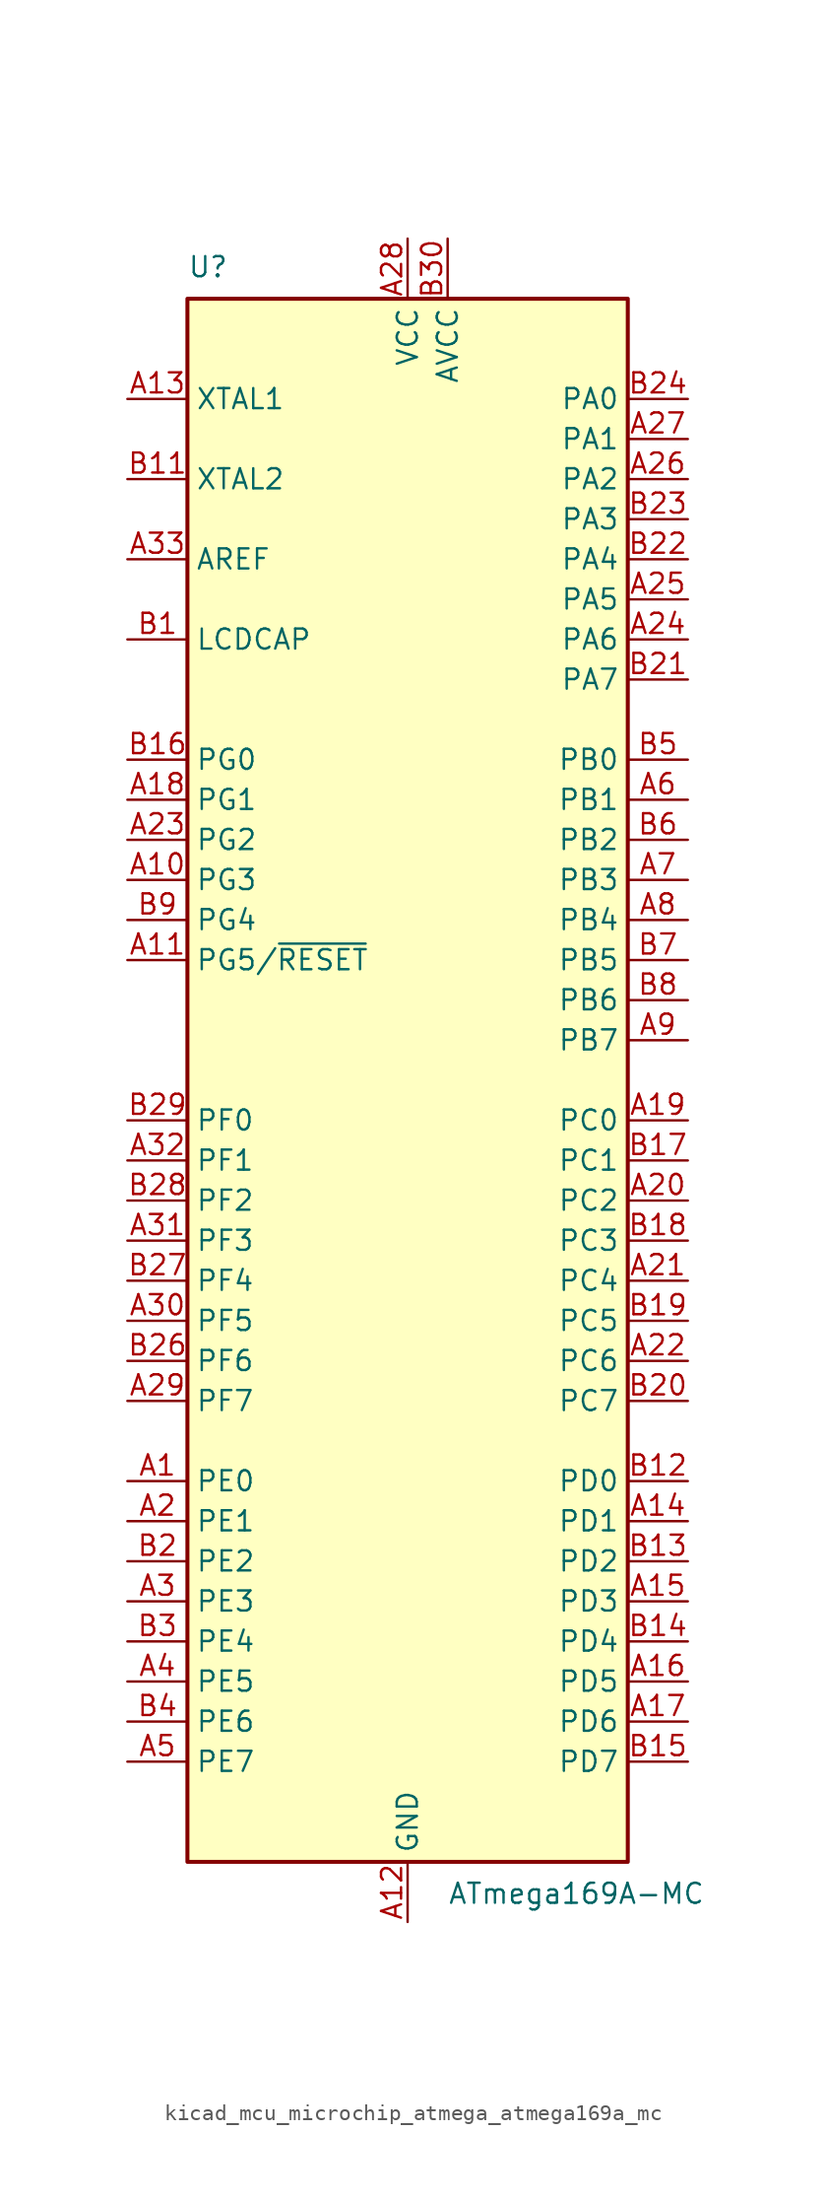
<source format=kicad_sym>
(kicad_symbol_lib
  (version 20220914)
  (generator kicad_symbol_editor)
  (symbol "kicad_mcu_microchip_atmega_atmega169a_mc"
    (property "Reference" "U"
      (at -13.97 50.8 0)
      (effects (font (size 1.27 1.27)) (justify left bottom)))
    (property "Value" "ATmega169A-MC"
      (at 2.54 -50.8 0)
      (effects (font (size 1.27 1.27)) (justify left top)))
    (symbol "kicad_mcu_microchip_atmega_atmega169a_mc_0_1"
      (rectangle (start -13.97 -49.53) (end 13.97 49.53) (stroke (width 0.254) (type default)) (fill (type background))))
    (symbol "kicad_mcu_microchip_atmega_atmega169a_mc_1_1"
      (pin bidirectional line (at -17.78 -25.4 0) (length 3.81) (name "PE0" (effects (font (size 1.27 1.27)))) (number "A1" (effects (font (size 1.27 1.27)))))
      (pin bidirectional line (at -17.78 12.7 0) (length 3.81) (name "PG3" (effects (font (size 1.27 1.27)))) (number "A10" (effects (font (size 1.27 1.27)))))
      (pin bidirectional line (at -17.78 7.62 0) (length 3.81) (name "PG5/~{RESET}" (effects (font (size 1.27 1.27)))) (number "A11" (effects (font (size 1.27 1.27)))))
      (pin power_in line (at 0 -53.34 90) (length 3.81) (name "GND" (effects (font (size 1.27 1.27)))) (number "A12" (effects (font (size 1.27 1.27)))))
      (pin input line (at -17.78 43.18 0) (length 3.81) (name "XTAL1" (effects (font (size 1.27 1.27)))) (number "A13" (effects (font (size 1.27 1.27)))))
      (pin bidirectional line (at 17.78 -27.94 180) (length 3.81) (name "PD1" (effects (font (size 1.27 1.27)))) (number "A14" (effects (font (size 1.27 1.27)))))
      (pin bidirectional line (at 17.78 -33.02 180) (length 3.81) (name "PD3" (effects (font (size 1.27 1.27)))) (number "A15" (effects (font (size 1.27 1.27)))))
      (pin bidirectional line (at 17.78 -38.1 180) (length 3.81) (name "PD5" (effects (font (size 1.27 1.27)))) (number "A16" (effects (font (size 1.27 1.27)))))
      (pin bidirectional line (at 17.78 -40.64 180) (length 3.81) (name "PD6" (effects (font (size 1.27 1.27)))) (number "A17" (effects (font (size 1.27 1.27)))))
      (pin bidirectional line (at -17.78 17.78 0) (length 3.81) (name "PG1" (effects (font (size 1.27 1.27)))) (number "A18" (effects (font (size 1.27 1.27)))))
      (pin bidirectional line (at 17.78 -2.54 180) (length 3.81) (name "PC0" (effects (font (size 1.27 1.27)))) (number "A19" (effects (font (size 1.27 1.27)))))
      (pin bidirectional line (at -17.78 -27.94 0) (length 3.81) (name "PE1" (effects (font (size 1.27 1.27)))) (number "A2" (effects (font (size 1.27 1.27)))))
      (pin bidirectional line (at 17.78 -7.62 180) (length 3.81) (name "PC2" (effects (font (size 1.27 1.27)))) (number "A20" (effects (font (size 1.27 1.27)))))
      (pin bidirectional line (at 17.78 -12.7 180) (length 3.81) (name "PC4" (effects (font (size 1.27 1.27)))) (number "A21" (effects (font (size 1.27 1.27)))))
      (pin bidirectional line (at 17.78 -17.78 180) (length 3.81) (name "PC6" (effects (font (size 1.27 1.27)))) (number "A22" (effects (font (size 1.27 1.27)))))
      (pin bidirectional line (at -17.78 15.24 0) (length 3.81) (name "PG2" (effects (font (size 1.27 1.27)))) (number "A23" (effects (font (size 1.27 1.27)))))
      (pin bidirectional line (at 17.78 27.94 180) (length 3.81) (name "PA6" (effects (font (size 1.27 1.27)))) (number "A24" (effects (font (size 1.27 1.27)))))
      (pin bidirectional line (at 17.78 30.48 180) (length 3.81) (name "PA5" (effects (font (size 1.27 1.27)))) (number "A25" (effects (font (size 1.27 1.27)))))
      (pin bidirectional line (at 17.78 38.1 180) (length 3.81) (name "PA2" (effects (font (size 1.27 1.27)))) (number "A26" (effects (font (size 1.27 1.27)))))
      (pin bidirectional line (at 17.78 40.64 180) (length 3.81) (name "PA1" (effects (font (size 1.27 1.27)))) (number "A27" (effects (font (size 1.27 1.27)))))
      (pin power_in line (at 0 53.34 270) (length 3.81) (name "VCC" (effects (font (size 1.27 1.27)))) (number "A28" (effects (font (size 1.27 1.27)))))
      (pin bidirectional line (at -17.78 -20.32 0) (length 3.81) (name "PF7" (effects (font (size 1.27 1.27)))) (number "A29" (effects (font (size 1.27 1.27)))))
      (pin bidirectional line (at -17.78 -33.02 0) (length 3.81) (name "PE3" (effects (font (size 1.27 1.27)))) (number "A3" (effects (font (size 1.27 1.27)))))
      (pin bidirectional line (at -17.78 -15.24 0) (length 3.81) (name "PF5" (effects (font (size 1.27 1.27)))) (number "A30" (effects (font (size 1.27 1.27)))))
      (pin bidirectional line (at -17.78 -10.16 0) (length 3.81) (name "PF3" (effects (font (size 1.27 1.27)))) (number "A31" (effects (font (size 1.27 1.27)))))
      (pin bidirectional line (at -17.78 -5.08 0) (length 3.81) (name "PF1" (effects (font (size 1.27 1.27)))) (number "A32" (effects (font (size 1.27 1.27)))))
      (pin passive line (at -17.78 33.02 0) (length 3.81) (name "AREF" (effects (font (size 1.27 1.27)))) (number "A33" (effects (font (size 1.27 1.27)))))
      (pin passive line (at 0 -53.34 90) (length 3.81) hide (name "GND" (effects (font (size 1.27 1.27)))) (number "A34" (effects (font (size 1.27 1.27)))))
      (pin bidirectional line (at -17.78 -38.1 0) (length 3.81) (name "PE5" (effects (font (size 1.27 1.27)))) (number "A4" (effects (font (size 1.27 1.27)))))
      (pin bidirectional line (at -17.78 -43.18 0) (length 3.81) (name "PE7" (effects (font (size 1.27 1.27)))) (number "A5" (effects (font (size 1.27 1.27)))))
      (pin bidirectional line (at 17.78 17.78 180) (length 3.81) (name "PB1" (effects (font (size 1.27 1.27)))) (number "A6" (effects (font (size 1.27 1.27)))))
      (pin bidirectional line (at 17.78 12.7 180) (length 3.81) (name "PB3" (effects (font (size 1.27 1.27)))) (number "A7" (effects (font (size 1.27 1.27)))))
      (pin bidirectional line (at 17.78 10.16 180) (length 3.81) (name "PB4" (effects (font (size 1.27 1.27)))) (number "A8" (effects (font (size 1.27 1.27)))))
      (pin bidirectional line (at 17.78 2.54 180) (length 3.81) (name "PB7" (effects (font (size 1.27 1.27)))) (number "A9" (effects (font (size 1.27 1.27)))))
      (pin passive line (at -17.78 27.94 0) (length 3.81) (name "LCDCAP" (effects (font (size 1.27 1.27)))) (number "B1" (effects (font (size 1.27 1.27)))))
      (pin passive line (at 0 53.34 270) (length 3.81) hide (name "VCC" (effects (font (size 1.27 1.27)))) (number "B10" (effects (font (size 1.27 1.27)))))
      (pin output line (at -17.78 38.1 0) (length 3.81) (name "XTAL2" (effects (font (size 1.27 1.27)))) (number "B11" (effects (font (size 1.27 1.27)))))
      (pin bidirectional line (at 17.78 -25.4 180) (length 3.81) (name "PD0" (effects (font (size 1.27 1.27)))) (number "B12" (effects (font (size 1.27 1.27)))))
      (pin bidirectional line (at 17.78 -30.48 180) (length 3.81) (name "PD2" (effects (font (size 1.27 1.27)))) (number "B13" (effects (font (size 1.27 1.27)))))
      (pin bidirectional line (at 17.78 -35.56 180) (length 3.81) (name "PD4" (effects (font (size 1.27 1.27)))) (number "B14" (effects (font (size 1.27 1.27)))))
      (pin bidirectional line (at 17.78 -43.18 180) (length 3.81) (name "PD7" (effects (font (size 1.27 1.27)))) (number "B15" (effects (font (size 1.27 1.27)))))
      (pin bidirectional line (at -17.78 20.32 0) (length 3.81) (name "PG0" (effects (font (size 1.27 1.27)))) (number "B16" (effects (font (size 1.27 1.27)))))
      (pin bidirectional line (at 17.78 -5.08 180) (length 3.81) (name "PC1" (effects (font (size 1.27 1.27)))) (number "B17" (effects (font (size 1.27 1.27)))))
      (pin bidirectional line (at 17.78 -10.16 180) (length 3.81) (name "PC3" (effects (font (size 1.27 1.27)))) (number "B18" (effects (font (size 1.27 1.27)))))
      (pin bidirectional line (at 17.78 -15.24 180) (length 3.81) (name "PC5" (effects (font (size 1.27 1.27)))) (number "B19" (effects (font (size 1.27 1.27)))))
      (pin bidirectional line (at -17.78 -30.48 0) (length 3.81) (name "PE2" (effects (font (size 1.27 1.27)))) (number "B2" (effects (font (size 1.27 1.27)))))
      (pin bidirectional line (at 17.78 -20.32 180) (length 3.81) (name "PC7" (effects (font (size 1.27 1.27)))) (number "B20" (effects (font (size 1.27 1.27)))))
      (pin bidirectional line (at 17.78 25.4 180) (length 3.81) (name "PA7" (effects (font (size 1.27 1.27)))) (number "B21" (effects (font (size 1.27 1.27)))))
      (pin bidirectional line (at 17.78 33.02 180) (length 3.81) (name "PA4" (effects (font (size 1.27 1.27)))) (number "B22" (effects (font (size 1.27 1.27)))))
      (pin bidirectional line (at 17.78 35.56 180) (length 3.81) (name "PA3" (effects (font (size 1.27 1.27)))) (number "B23" (effects (font (size 1.27 1.27)))))
      (pin bidirectional line (at 17.78 43.18 180) (length 3.81) (name "PA0" (effects (font (size 1.27 1.27)))) (number "B24" (effects (font (size 1.27 1.27)))))
      (pin passive line (at 0 -53.34 90) (length 3.81) hide (name "GND" (effects (font (size 1.27 1.27)))) (number "B25" (effects (font (size 1.27 1.27)))))
      (pin bidirectional line (at -17.78 -17.78 0) (length 3.81) (name "PF6" (effects (font (size 1.27 1.27)))) (number "B26" (effects (font (size 1.27 1.27)))))
      (pin bidirectional line (at -17.78 -12.7 0) (length 3.81) (name "PF4" (effects (font (size 1.27 1.27)))) (number "B27" (effects (font (size 1.27 1.27)))))
      (pin bidirectional line (at -17.78 -7.62 0) (length 3.81) (name "PF2" (effects (font (size 1.27 1.27)))) (number "B28" (effects (font (size 1.27 1.27)))))
      (pin bidirectional line (at -17.78 -2.54 0) (length 3.81) (name "PF0" (effects (font (size 1.27 1.27)))) (number "B29" (effects (font (size 1.27 1.27)))))
      (pin bidirectional line (at -17.78 -35.56 0) (length 3.81) (name "PE4" (effects (font (size 1.27 1.27)))) (number "B3" (effects (font (size 1.27 1.27)))))
      (pin power_in line (at 2.54 53.34 270) (length 3.81) (name "AVCC" (effects (font (size 1.27 1.27)))) (number "B30" (effects (font (size 1.27 1.27)))))
      (pin bidirectional line (at -17.78 -40.64 0) (length 3.81) (name "PE6" (effects (font (size 1.27 1.27)))) (number "B4" (effects (font (size 1.27 1.27)))))
      (pin bidirectional line (at 17.78 20.32 180) (length 3.81) (name "PB0" (effects (font (size 1.27 1.27)))) (number "B5" (effects (font (size 1.27 1.27)))))
      (pin bidirectional line (at 17.78 15.24 180) (length 3.81) (name "PB2" (effects (font (size 1.27 1.27)))) (number "B6" (effects (font (size 1.27 1.27)))))
      (pin bidirectional line (at 17.78 7.62 180) (length 3.81) (name "PB5" (effects (font (size 1.27 1.27)))) (number "B7" (effects (font (size 1.27 1.27)))))
      (pin bidirectional line (at 17.78 5.08 180) (length 3.81) (name "PB6" (effects (font (size 1.27 1.27)))) (number "B8" (effects (font (size 1.27 1.27)))))
      (pin bidirectional line (at -17.78 10.16 0) (length 3.81) (name "PG4" (effects (font (size 1.27 1.27)))) (number "B9" (effects (font (size 1.27 1.27)))))
      (pin passive line (at 0 -53.34 90) (length 3.81) hide (name "GND" (effects (font (size 1.27 1.27)))) (number "EP" (effects (font (size 1.27 1.27))))))))
</source>
